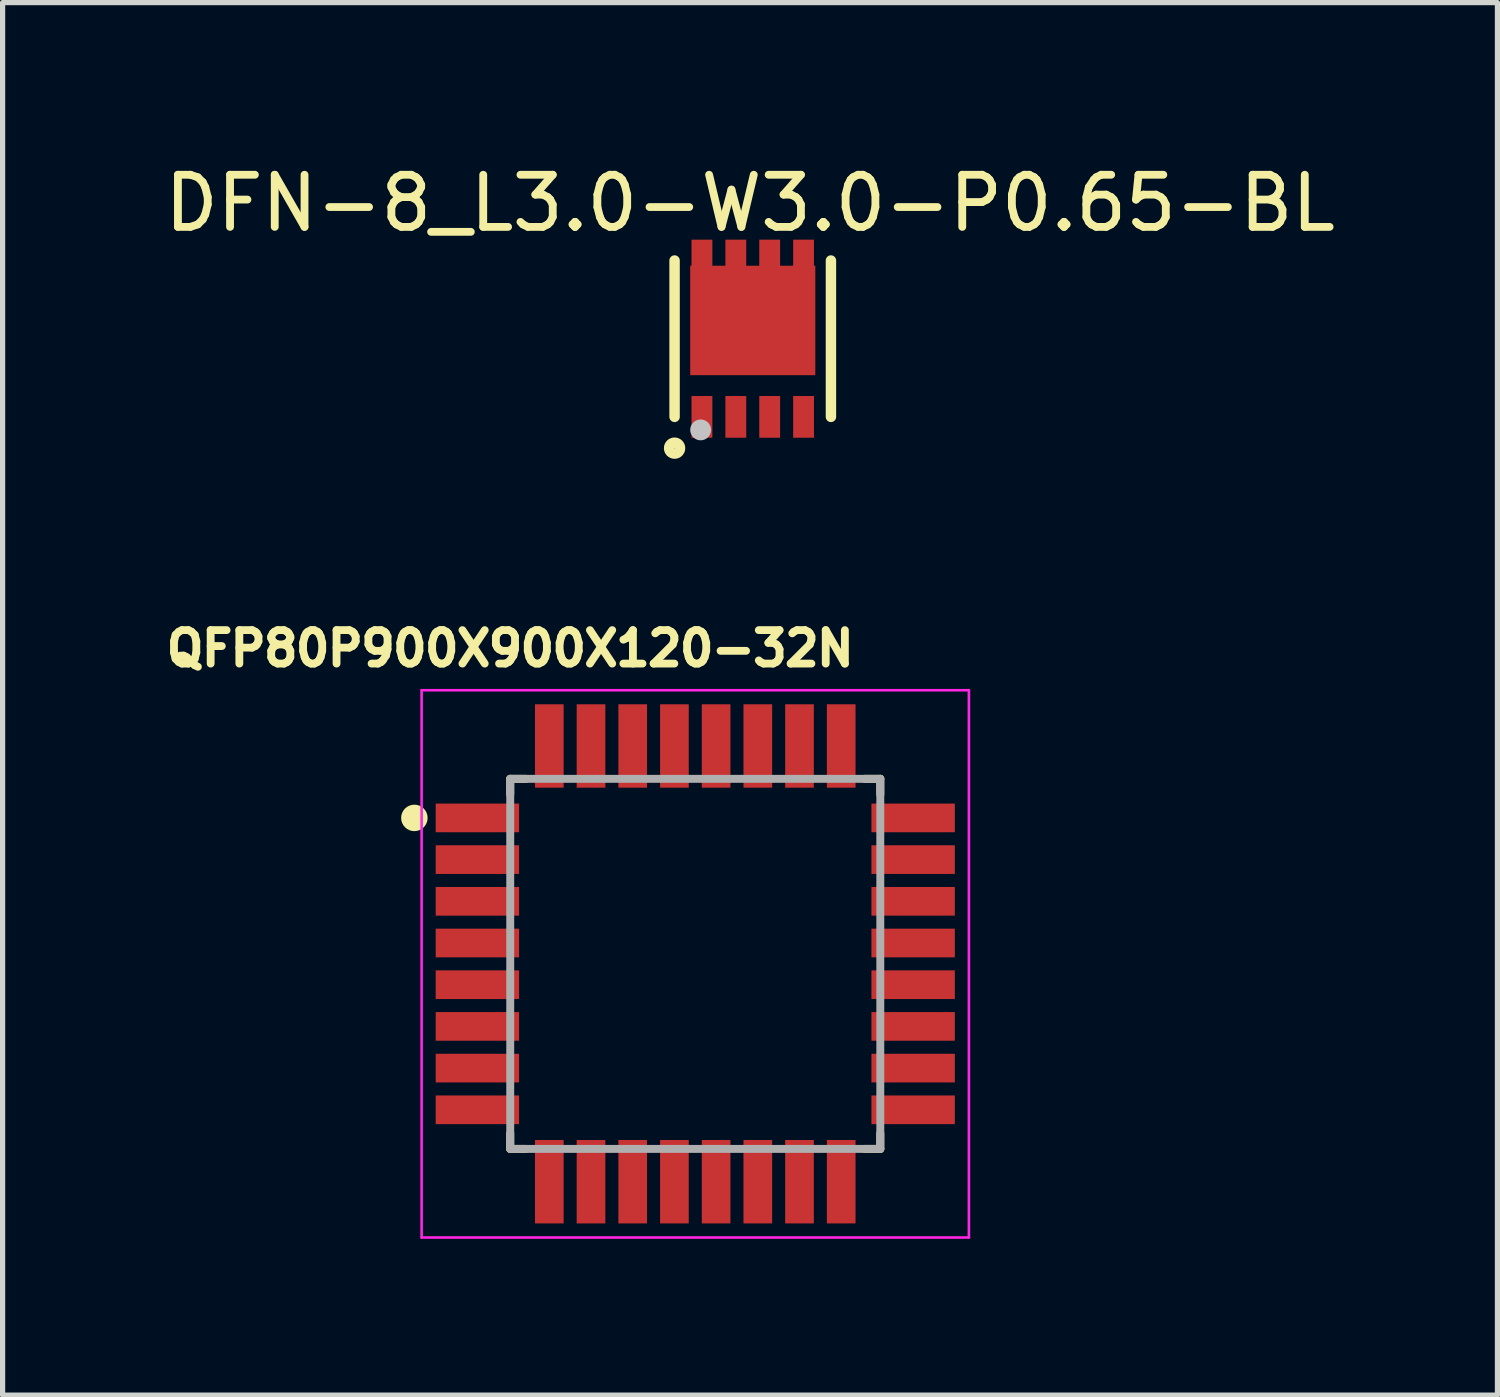
<source format=kicad_pcb>
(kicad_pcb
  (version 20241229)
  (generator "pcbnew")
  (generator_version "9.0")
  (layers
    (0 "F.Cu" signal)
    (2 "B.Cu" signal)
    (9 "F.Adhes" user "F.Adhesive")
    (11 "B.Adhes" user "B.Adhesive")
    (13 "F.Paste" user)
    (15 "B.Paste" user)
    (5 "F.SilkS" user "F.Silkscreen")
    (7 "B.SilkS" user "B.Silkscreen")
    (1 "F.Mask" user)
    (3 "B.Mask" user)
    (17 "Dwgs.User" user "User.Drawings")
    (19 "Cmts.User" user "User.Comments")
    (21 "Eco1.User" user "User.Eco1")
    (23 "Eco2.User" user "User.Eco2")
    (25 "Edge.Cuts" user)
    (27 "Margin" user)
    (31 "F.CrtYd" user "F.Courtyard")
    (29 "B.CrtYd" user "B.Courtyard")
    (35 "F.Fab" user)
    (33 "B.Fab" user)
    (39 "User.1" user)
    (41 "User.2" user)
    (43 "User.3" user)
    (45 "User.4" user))
  (footprint "DFN-8_L3.0-W3.0-P0.65-BL"
    (layer "F.Cu")
    (at 11.392 3.448)
    (property "Reference" "DFN-8_L3.0-W3.0-P0.65-BL" (at -0.052 -2.6 0) (layer "F.SilkS") (effects (font (size 1 1) (thickness 0.15))))
    (fp_line (start -1.5 -1.5) (end -1.5 1.5) (stroke (width 0.2) (type default)) (layer "F.SilkS"))
    (fp_line (start 1.5 -1.5) (end 1.5 1.5) (stroke (width 0.2) (type default)) (layer "F.SilkS"))
    (fp_circle (center -1.5 2.1) (end -1.395 2.1) (stroke (width 0.2) (type default)) (fill no) (layer "F.SilkS"))
    (fp_poly (pts (xy -0.775 1.9) (xy -1.175 1.9) (xy -1.175 1.1) (xy -0.775 1.1)) (stroke (width 0) (type default)) (fill yes) (layer "F.Paste"))
    (fp_poly (pts (xy -0.124 1.9) (xy -0.524 1.9) (xy -0.524 1.1) (xy -0.124 1.1)) (stroke (width 0) (type default)) (fill yes) (layer "F.Paste"))
    (fp_poly (pts (xy 0.525 1.9) (xy 0.126 1.9) (xy 0.126 1.1) (xy 0.525 1.1)) (stroke (width 0) (type default)) (fill yes) (layer "F.Paste"))
    (fp_poly (pts (xy 1.175 1.9) (xy 0.775 1.9) (xy 0.775 1.1) (xy 1.175 1.1)) (stroke (width 0) (type default)) (fill yes) (layer "F.Paste"))
    (fp_poly (pts (xy 1.2 0.7) (xy -1.2 0.7) (xy -1.2 -1.4) (xy -1.175 -1.4) (xy -1.175 -1.9) (xy -0.775 -1.9) (xy -0.775 -1.4) (xy -0.525 -1.4) (xy -0.525 -1.9) (xy -0.125 -1.9) (xy -0.125 -1.4) (xy 0.125 -1.4) (xy 0.125 -1.9) (xy 0.525 -1.9) (xy 0.525 -1.4) (xy 0.775 -1.4) (xy 0.775 -1.9) (xy 1.175 -1.9) (xy 1.175 -1.4) (xy 1.2 -1.4)) (stroke (width 0) (type default)) (fill yes) (layer "F.Paste"))
    (fp_circle (center -1 1.75) (end -0.9 1.75) (stroke (width 0.2) (type default)) (fill no) (layer "Dwgs.User"))
    (fp_poly (pts (xy -1.175 -1.35) (xy 1.175 -1.35) (xy 1.175 0.65) (xy -1.175 0.65)) (stroke (width 0.1) (type default)) (fill no) (layer "User.1"))
    (fp_poly (pts (xy -0.825 -1.2) (xy -1.125 -1.2) (xy -1.125 -1.6) (xy -0.825 -1.6)) (stroke (width 0.1) (type default)) (fill no) (layer "User.1"))
    (fp_poly (pts (xy -0.825 1.6) (xy -1.125 1.6) (xy -1.125 1.2) (xy -0.825 1.2)) (stroke (width 0.1) (type default)) (fill no) (layer "User.1"))
    (fp_poly (pts (xy -0.175 -1.2) (xy -0.475 -1.2) (xy -0.475 -1.6) (xy -0.175 -1.6)) (stroke (width 0.1) (type default)) (fill no) (layer "User.1"))
    (fp_poly (pts (xy -0.175 1.6) (xy -0.475 1.6) (xy -0.475 1.2) (xy -0.175 1.2)) (stroke (width 0.1) (type default)) (fill no) (layer "User.1"))
    (fp_poly (pts (xy 0.475 -1.2) (xy 0.175 -1.2) (xy 0.175 -1.6) (xy 0.475 -1.6)) (stroke (width 0.1) (type default)) (fill no) (layer "User.1"))
    (fp_poly (pts (xy 0.475 1.6) (xy 0.175 1.6) (xy 0.175 1.2) (xy 0.475 1.2)) (stroke (width 0.1) (type default)) (fill no) (layer "User.1"))
    (fp_poly (pts (xy 1.125 -1.2) (xy 0.825 -1.2) (xy 0.825 -1.6) (xy 1.125 -1.6)) (stroke (width 0.1) (type default)) (fill no) (layer "User.1"))
    (fp_poly (pts (xy 1.125 1.6) (xy 0.825 1.6) (xy 0.825 1.2) (xy 1.125 1.2)) (stroke (width 0.1) (type default)) (fill no) (layer "User.1"))
    (fp_line (start -1.5 -1.5) (end 1.5 -1.5) (stroke (width 0.051) (type default)) (layer "User.2"))
    (fp_line (start -1.5 1.5) (end -1.5 -1.5) (stroke (width 0.051) (type default)) (layer "User.2"))
    (fp_line (start 1.5 -1.5) (end 1.5 1.5) (stroke (width 0.051) (type default)) (layer "User.2"))
    (fp_line (start 1.5 1.5) (end -1.5 1.5) (stroke (width 0.051) (type default)) (layer "User.2"))
    (fp_poly (pts (xy -1.445 1.577) (xy -1.477 1.545) (xy -1.523 1.545) (xy -1.555 1.577) (xy -1.555 1.623) (xy -1.523 1.655) (xy -1.477 1.655) (xy -1.445 1.623)) (stroke (width 0.1) (type default)) (fill no) (layer "User.3"))
    (pad "1" smd rect (at -0.975 1.5 180) (size 0.4 0.8) (layers "F.Cu" "F.Mask" "F.Paste"))
    (pad "2" smd rect (at -0.325 1.5 180) (size 0.4 0.8) (layers "F.Cu" "F.Mask" "F.Paste"))
    (pad "3" smd rect (at 0.325 1.5 180) (size 0.4 0.8) (layers "F.Cu" "F.Mask" "F.Paste"))
    (pad "4" smd rect (at 0.975 1.5 180) (size 0.4 0.8) (layers "F.Cu" "F.Mask" "F.Paste"))
    (pad "5" smd rect (at 0.975 -1.5 180) (size 0.4 0.8) (layers "F.Cu" "F.Mask" "F.Paste"))
    (pad "6" smd rect (at 0.325 -1.5 180) (size 0.4 0.8) (layers "F.Cu" "F.Mask" "F.Paste"))
    (pad "7" smd rect (at -0.325 -1.5 180) (size 0.4 0.8) (layers "F.Cu" "F.Mask" "F.Paste"))
    (pad "8" smd rect (at -0.975 -1.5 180) (size 0.4 0.8) (layers "F.Cu" "F.Mask" "F.Paste"))
    (pad "9" smd rect (at 0 -0.35) (size 2.4 2.1) (layers "F.Cu" "F.Mask" "F.Paste")))
  (footprint "QFP80P900X900X120-32N"
    (layer "F.Cu")
    (at 10.289 15.442)
    (property "Reference" "QFP80P900X900X120-32N" (at -3.55 -6.05 0) (layer "F.SilkS") (effects (font (size 0.642 0.642) (thickness 0.15))))
    (attr smd)
    (fp_line (start -3.55 -3.55) (end -3.25 -3.55) (stroke (width 0.152) (type solid)) (layer "F.SilkS"))
    (fp_line (start -3.55 -3.25) (end -3.55 -3.55) (stroke (width 0.152) (type solid)) (layer "F.SilkS"))
    (fp_line (start -3.55 3.25) (end -3.55 3.55) (stroke (width 0.152) (type solid)) (layer "F.SilkS"))
    (fp_line (start -3.55 3.55) (end -3.25 3.55) (stroke (width 0.152) (type solid)) (layer "F.SilkS"))
    (fp_line (start 3.25 -3.55) (end 3.55 -3.55) (stroke (width 0.152) (type solid)) (layer "F.SilkS"))
    (fp_line (start 3.25 3.55) (end 3.55 3.55) (stroke (width 0.152) (type solid)) (layer "F.SilkS"))
    (fp_line (start 3.55 -3.55) (end 3.55 -3.25) (stroke (width 0.152) (type solid)) (layer "F.SilkS"))
    (fp_line (start 3.55 3.55) (end 3.55 3.25) (stroke (width 0.152) (type solid)) (layer "F.SilkS"))
    (fp_circle (center -5.389 -2.8) (end -5.135 -2.8) (stroke (width 0) (type solid)) (fill yes) (layer "F.SilkS"))
    (fp_line (start -5.25 -5.25) (end -5.25 5.25) (stroke (width 0.05) (type solid)) (layer "F.CrtYd"))
    (fp_line (start -5.25 5.25) (end 5.25 5.25) (stroke (width 0.05) (type solid)) (layer "F.CrtYd"))
    (fp_line (start 5.25 -5.25) (end -5.25 -5.25) (stroke (width 0.05) (type solid)) (layer "F.CrtYd"))
    (fp_line (start 5.25 5.25) (end 5.25 -5.25) (stroke (width 0.05) (type solid)) (layer "F.CrtYd"))
    (fp_line (start -3.55 -3.55) (end 3.55 -3.55) (stroke (width 0.152) (type solid)) (layer "F.Fab"))
    (fp_line (start -3.55 3.55) (end -3.55 -3.55) (stroke (width 0.152) (type solid)) (layer "F.Fab"))
    (fp_line (start 3.55 -3.55) (end 3.55 3.55) (stroke (width 0.152) (type solid)) (layer "F.Fab"))
    (fp_line (start 3.55 3.55) (end -3.55 3.55) (stroke (width 0.152) (type solid)) (layer "F.Fab"))
    (pad "1" smd rect (at -4.18 -2.8) (size 1.6 0.55) (layers "F.Cu" "F.Mask" "F.Paste"))
    (pad "2" smd rect (at -4.18 -2) (size 1.6 0.55) (layers "F.Cu" "F.Mask" "F.Paste"))
    (pad "3" smd rect (at -4.18 -1.2) (size 1.6 0.55) (layers "F.Cu" "F.Mask" "F.Paste"))
    (pad "4" smd rect (at -4.18 -0.4) (size 1.6 0.55) (layers "F.Cu" "F.Mask" "F.Paste"))
    (pad "5" smd rect (at -4.18 0.4) (size 1.6 0.55) (layers "F.Cu" "F.Mask" "F.Paste"))
    (pad "6" smd rect (at -4.18 1.2) (size 1.6 0.55) (layers "F.Cu" "F.Mask" "F.Paste"))
    (pad "7" smd rect (at -4.18 2) (size 1.6 0.55) (layers "F.Cu" "F.Mask" "F.Paste"))
    (pad "8" smd rect (at -4.18 2.8) (size 1.6 0.55) (layers "F.Cu" "F.Mask" "F.Paste"))
    (pad "9" smd rect (at -2.8 4.18) (size 0.55 1.6) (layers "F.Cu" "F.Mask" "F.Paste"))
    (pad "10" smd rect (at -2 4.18) (size 0.55 1.6) (layers "F.Cu" "F.Mask" "F.Paste"))
    (pad "11" smd rect (at -1.2 4.18) (size 0.55 1.6) (layers "F.Cu" "F.Mask" "F.Paste"))
    (pad "12" smd rect (at -0.4 4.18) (size 0.55 1.6) (layers "F.Cu" "F.Mask" "F.Paste"))
    (pad "13" smd rect (at 0.4 4.18) (size 0.55 1.6) (layers "F.Cu" "F.Mask" "F.Paste"))
    (pad "14" smd rect (at 1.2 4.18) (size 0.55 1.6) (layers "F.Cu" "F.Mask" "F.Paste"))
    (pad "15" smd rect (at 2 4.18) (size 0.55 1.6) (layers "F.Cu" "F.Mask" "F.Paste"))
    (pad "16" smd rect (at 2.8 4.18) (size 0.55 1.6) (layers "F.Cu" "F.Mask" "F.Paste"))
    (pad "17" smd rect (at 4.18 2.8) (size 1.6 0.55) (layers "F.Cu" "F.Mask" "F.Paste"))
    (pad "18" smd rect (at 4.18 2) (size 1.6 0.55) (layers "F.Cu" "F.Mask" "F.Paste"))
    (pad "19" smd rect (at 4.18 1.2) (size 1.6 0.55) (layers "F.Cu" "F.Mask" "F.Paste"))
    (pad "20" smd rect (at 4.18 0.4) (size 1.6 0.55) (layers "F.Cu" "F.Mask" "F.Paste"))
    (pad "21" smd rect (at 4.18 -0.4) (size 1.6 0.55) (layers "F.Cu" "F.Mask" "F.Paste"))
    (pad "22" smd rect (at 4.18 -1.2) (size 1.6 0.55) (layers "F.Cu" "F.Mask" "F.Paste"))
    (pad "23" smd rect (at 4.18 -2) (size 1.6 0.55) (layers "F.Cu" "F.Mask" "F.Paste"))
    (pad "24" smd rect (at 4.18 -2.8) (size 1.6 0.55) (layers "F.Cu" "F.Mask" "F.Paste"))
    (pad "25" smd rect (at 2.8 -4.18) (size 0.55 1.6) (layers "F.Cu" "F.Mask" "F.Paste"))
    (pad "26" smd rect (at 2 -4.18) (size 0.55 1.6) (layers "F.Cu" "F.Mask" "F.Paste"))
    (pad "27" smd rect (at 1.2 -4.18) (size 0.55 1.6) (layers "F.Cu" "F.Mask" "F.Paste"))
    (pad "28" smd rect (at 0.4 -4.18) (size 0.55 1.6) (layers "F.Cu" "F.Mask" "F.Paste"))
    (pad "29" smd rect (at -0.4 -4.18) (size 0.55 1.6) (layers "F.Cu" "F.Mask" "F.Paste"))
    (pad "30" smd rect (at -1.2 -4.18) (size 0.55 1.6) (layers "F.Cu" "F.Mask" "F.Paste"))
    (pad "31" smd rect (at -2 -4.18) (size 0.55 1.6) (layers "F.Cu" "F.Mask" "F.Paste"))
    (pad "32" smd rect (at -2.8 -4.18) (size 0.55 1.6) (layers "F.Cu" "F.Mask" "F.Paste")))
  (gr_rect
    (start -3 -3)
    (end 25.679 23.717)
    (stroke (width 0.1) (type default))
    (fill no)
    (layer "Edge.Cuts")))
</source>
